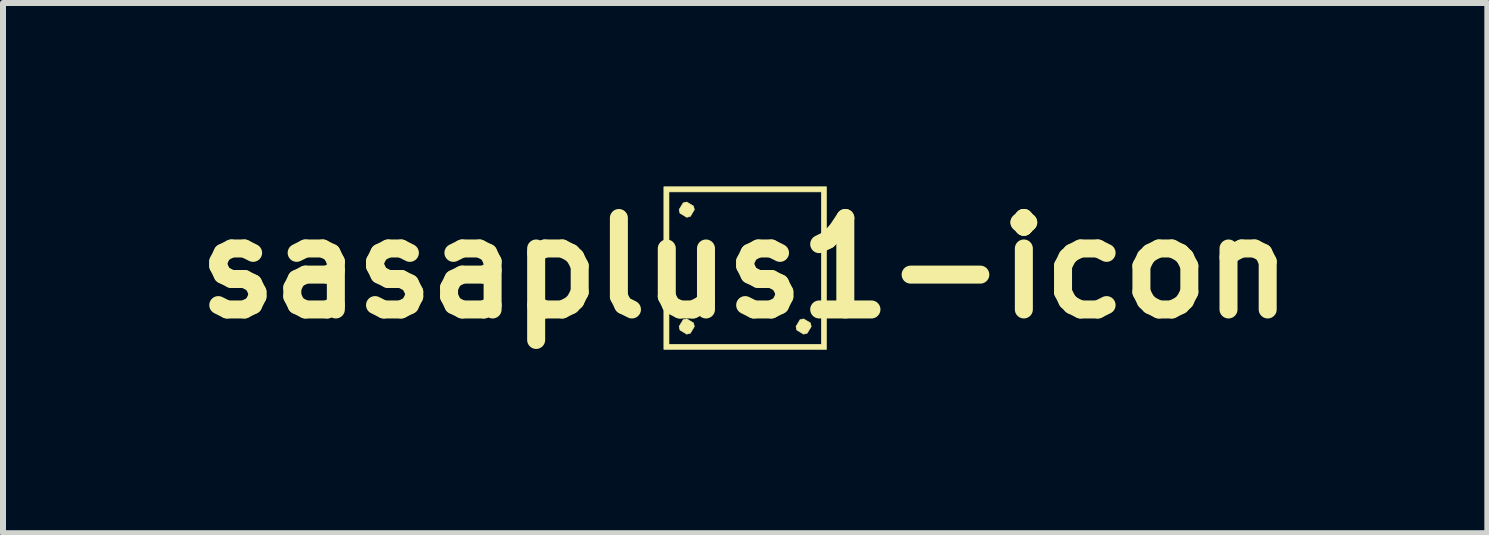
<source format=kicad_pcb>
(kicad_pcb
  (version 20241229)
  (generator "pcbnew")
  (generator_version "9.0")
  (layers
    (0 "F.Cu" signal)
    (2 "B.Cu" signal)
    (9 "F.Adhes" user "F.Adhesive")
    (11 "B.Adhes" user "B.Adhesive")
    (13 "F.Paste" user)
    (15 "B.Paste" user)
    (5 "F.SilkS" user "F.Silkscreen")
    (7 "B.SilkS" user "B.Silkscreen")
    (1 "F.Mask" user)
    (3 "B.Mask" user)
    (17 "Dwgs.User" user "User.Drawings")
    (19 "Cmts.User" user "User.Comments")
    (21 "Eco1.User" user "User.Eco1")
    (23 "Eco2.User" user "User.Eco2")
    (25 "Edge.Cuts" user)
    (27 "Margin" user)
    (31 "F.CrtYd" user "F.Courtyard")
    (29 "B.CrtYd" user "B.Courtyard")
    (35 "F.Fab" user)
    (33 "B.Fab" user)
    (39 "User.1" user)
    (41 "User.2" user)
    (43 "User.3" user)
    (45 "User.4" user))
  (footprint "sasaplus1-icon"
    (layer "F.Cu")
    (at 9.369 1.418)
    (property "Reference" "sasaplus1-icon" (at 0 0 0) (layer "F.SilkS") (effects (font (size 1.524 1.524) (thickness 0.3))))
    (attr through_hole)
    (fp_poly (pts (xy -0.861 -1.033) (xy -0.847 -0.974) (xy -0.914 -0.861) (xy -0.974 -0.847) (xy -1.086 -0.914) (xy -1.101 -0.974) (xy -1.033 -1.086) (xy -0.974 -1.101) (xy -0.861 -1.033)) (stroke (width 0.01) (type solid)) (fill yes) (layer "F.SilkS"))
    (fp_poly (pts (xy -0.861 0.914) (xy -0.847 0.974) (xy -0.914 1.086) (xy -0.974 1.101) (xy -1.086 1.033) (xy -1.101 0.974) (xy -1.033 0.861) (xy -0.974 0.847) (xy -0.861 0.914)) (stroke (width 0.01) (type solid)) (fill yes) (layer "F.SilkS"))
    (fp_poly (pts (xy 1.086 0.914) (xy 1.101 0.974) (xy 1.033 1.086) (xy 0.974 1.101) (xy 0.861 1.033) (xy 0.847 0.974) (xy 0.914 0.861) (xy 0.974 0.847) (xy 1.086 0.914)) (stroke (width 0.01) (type solid)) (fill yes) (layer "F.SilkS"))
    (fp_poly (pts (xy 1.355 1.355) (xy -1.355 1.355) (xy -1.355 -1.27) (xy -1.27 -1.27) (xy -1.27 1.27) (xy 1.27 1.27) (xy 1.27 -1.27) (xy -1.27 -1.27) (xy -1.355 -1.27) (xy -1.355 -1.355) (xy 1.355 -1.355) (xy 1.355 1.355)) (stroke (width 0.01) (type solid)) (fill yes) (layer "F.SilkS")))
  (gr_rect
    (start -3 -3)
    (end 21.738 5.836)
    (stroke (width 0.1) (type default))
    (fill no)
    (layer "Edge.Cuts")))
</source>
